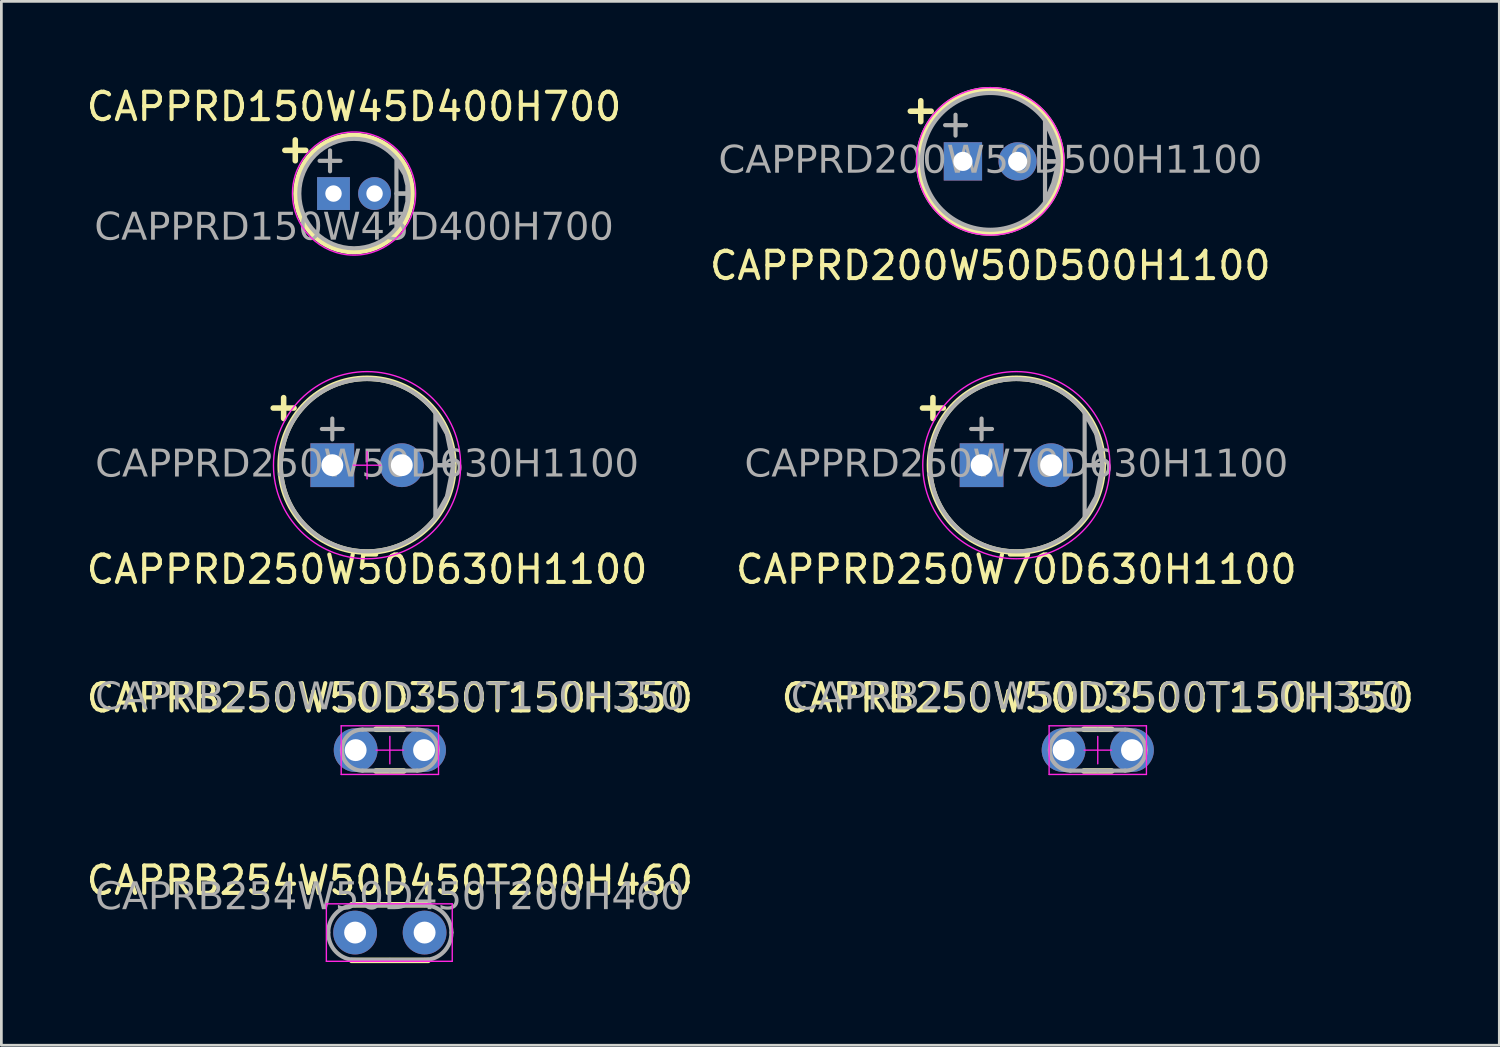
<source format=kicad_pcb>
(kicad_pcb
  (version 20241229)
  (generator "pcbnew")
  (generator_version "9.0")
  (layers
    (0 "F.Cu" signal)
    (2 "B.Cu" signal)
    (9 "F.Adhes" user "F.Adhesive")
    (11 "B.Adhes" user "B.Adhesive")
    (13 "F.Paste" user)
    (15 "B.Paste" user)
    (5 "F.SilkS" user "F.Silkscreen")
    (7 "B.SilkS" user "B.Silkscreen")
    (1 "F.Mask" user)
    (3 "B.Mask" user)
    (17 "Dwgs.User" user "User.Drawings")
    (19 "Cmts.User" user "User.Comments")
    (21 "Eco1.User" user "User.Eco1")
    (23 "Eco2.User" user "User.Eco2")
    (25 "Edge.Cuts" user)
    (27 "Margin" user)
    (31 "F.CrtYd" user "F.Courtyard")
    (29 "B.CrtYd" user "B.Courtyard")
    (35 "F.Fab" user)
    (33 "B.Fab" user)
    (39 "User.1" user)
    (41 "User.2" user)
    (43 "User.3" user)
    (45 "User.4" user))
  (footprint "CAPPRD150W45D400H700"
    (layer "F.Cu")
    (at 9.887 4.023)
    (property "Reference" "CAPPRD150W45D400H700" (at 0 -3.175 0) (layer "F.SilkS") (effects (font (size 1 1) (thickness 0.15))))
    (attr through_hole)
    (fp_circle (center 0 0) (end 2.12 0) (stroke (width 0.203) (type solid)) (fill no) (layer "F.SilkS"))
    (fp_circle (center 0 0) (end 2.25 0) (stroke (width 0.05) (type solid)) (fill no) (layer "F.CrtYd"))
    (fp_circle (center 0 0) (end 2 0) (stroke (width 0.152) (type solid)) (fill no) (layer "F.Fab"))
    (fp_poly (pts (xy 1.55 0) (xy 1.55 -1.2) (xy 1.85 -0.7) (xy 1.95 -0.3) (xy 1.95 0)) (stroke (width 0.152) (type solid)) (fill no) (layer "F.Fab"))
    (fp_poly (pts (xy 1.55 0) (xy 1.55 1.2) (xy 1.85 0.7) (xy 1.95 0.3) (xy 1.95 0)) (stroke (width 0.152) (type solid)) (fill no) (layer "F.Fab"))
    (fp_text user "+" (at -2.147 -1.651 0) (unlocked yes) (layer "F.SilkS") (effects (font (size 1 1) (thickness 0.203) (bold yes))))
    (fp_text user "+" (at -0.877 -1.27 0) (unlocked yes) (layer "F.Fab") (effects (font (size 1 1) (thickness 0.152))))
    (fp_text user "${REFERENCE}" (at 0 1.27 0) (layer "F.Fab") (effects (font (face "Tahoma") (size 1 1) (thickness 0.15))))
    (pad "1" thru_hole rect (at -0.75 0) (size 1.2 1.2) (drill 0.6) (layers "*.Cu" "*.Mask"))
    (pad "2" thru_hole circle (at 0.75 0) (size 1.2 1.2) (drill 0.6) (layers "*.Cu" "*.Mask")))
  (footprint "CAPRB254W50D450T200H460"
    (layer "F.Cu")
    (at 11.196 31.028)
    (property "Reference" "CAPRB254W50D450T200H460" (at 0 -1.905 0) (layer "F.SilkS") (effects (font (size 1 1) (thickness 0.15))))
    (attr through_hole)
    (fp_line (start -1.397 -1.016) (end 1.397 -1.016) (stroke (width 0.203) (type solid)) (layer "F.SilkS"))
    (fp_line (start -1.397 1.016) (end 1.397 1.016) (stroke (width 0.203) (type solid)) (layer "F.SilkS"))
    (fp_line (start -2.32 -1.05) (end -2.32 1.05) (stroke (width 0.05) (type solid)) (layer "F.CrtYd"))
    (fp_line (start -2.32 1.05) (end 2.28 1.05) (stroke (width 0.05) (type solid)) (layer "F.CrtYd"))
    (fp_line (start 2.28 -1.05) (end -2.32 -1.05) (stroke (width 0.05) (type solid)) (layer "F.CrtYd"))
    (fp_line (start 2.28 1.05) (end 2.28 -1.05) (stroke (width 0.05) (type solid)) (layer "F.CrtYd"))
    (fp_line (start -1.27 1) (end 0 1) (stroke (width 0.152) (type solid)) (layer "F.Fab"))
    (fp_line (start 0 -1) (end -1.27 -1) (stroke (width 0.152) (type solid)) (layer "F.Fab"))
    (fp_line (start 0 1) (end 1.27 1) (stroke (width 0.152) (type solid)) (layer "F.Fab"))
    (fp_line (start 1.27 -1) (end 0 -1) (stroke (width 0.152) (type solid)) (layer "F.Fab"))
    (fp_arc (start -2.25 0) (mid -1.967107 -0.702965) (end -1.27 -1) (stroke (width 0.1524) (type default)) (layer "F.Fab"))
    (fp_arc (start -1.27 1) (mid -1.967107 0.702965) (end -2.25 0) (stroke (width 0.1524) (type default)) (layer "F.Fab"))
    (fp_arc (start 1.27 -1) (mid 1.967107 -0.702965) (end 2.25 0) (stroke (width 0.1524) (type default)) (layer "F.Fab"))
    (fp_arc (start 2.25 0) (mid 1.967107 0.702965) (end 1.27 1) (stroke (width 0.1524) (type default)) (layer "F.Fab"))
    (fp_text user "${REFERENCE}" (at 0 -1.27 0) (layer "F.Fab") (effects (font (face "Tahoma") (size 1 1) (thickness 0.15))))
    (pad "1" thru_hole circle (at -1.27 0) (size 1.6 1.6) (drill 0.8) (layers "*.Cu" "*.Mask"))
    (pad "2" thru_hole circle (at 1.27 0) (size 1.6 1.6) (drill 0.8) (layers "*.Cu" "*.Mask")))
  (footprint "CAPPRD200W50D500H1100"
    (layer "F.Cu")
    (at 33.137 2.847)
    (property "Reference" "CAPPRD200W50D500H1100" (at 0 3.81 0) (layer "F.SilkS") (effects (font (size 1 1) (thickness 0.15))))
    (attr through_hole)
    (fp_circle (center 0 0) (end 2.54 -0.635) (stroke (width 0.203) (type default)) (fill no) (layer "F.SilkS"))
    (fp_circle (center 0 0) (end 1.905 -1.905) (stroke (width 0.05) (type default)) (fill no) (layer "F.CrtYd"))
    (fp_circle (center 0 0) (end 2.5 0) (stroke (width 0.152) (type solid)) (fill no) (layer "F.Fab"))
    (fp_poly (pts (xy 2 0) (xy 2 -1.5) (xy 2.3 -0.8) (xy 2.5 0)) (stroke (width 0.152) (type solid)) (fill no) (layer "F.Fab"))
    (fp_poly (pts (xy 2 0) (xy 2 1.5) (xy 2.3 0.8) (xy 2.5 0)) (stroke (width 0.152) (type solid)) (fill no) (layer "F.Fab"))
    (fp_text user "+" (at -2.54 -1.905 0) (unlocked yes) (layer "F.SilkS") (effects (font (size 1 1) (thickness 0.203) (bold yes))))
    (fp_text user "+" (at -1.27 -1.397 0) (unlocked yes) (layer "F.Fab") (effects (font (size 1 1) (thickness 0.152))))
    (fp_text user "${REFERENCE}" (at 0 0 0) (layer "F.Fab") (effects (font (face "Tahoma") (size 1 1) (thickness 0.15))))
    (pad "1" thru_hole rect (at -1 0) (size 1.4 1.4) (drill 0.7) (layers "*.Cu" "*.Mask"))
    (pad "2" thru_hole circle (at 1 0) (size 1.4 1.4) (drill 0.7) (layers "*.Cu" "*.Mask")))
  (footprint "CAPRB250W50D3500T150H350"
    (layer "F.Cu")
    (at 37.065 24.361)
    (property "Reference" "CAPRB250W50D3500T150H350" (at 0 -1.905 0) (layer "F.SilkS") (effects (font (size 1 1) (thickness 0.15))))
    (attr through_hole)
    (fp_line (start -0.508 -0.762) (end 0.508 -0.762) (stroke (width 0.203) (type solid)) (layer "F.SilkS"))
    (fp_line (start -0.508 0.762) (end 0.508 0.762) (stroke (width 0.203) (type solid)) (layer "F.SilkS"))
    (fp_line (start -1.778 -0.889) (end -1.778 0.889) (stroke (width 0.05) (type solid)) (layer "F.CrtYd"))
    (fp_line (start -1.778 0.889) (end 1.778 0.889) (stroke (width 0.05) (type solid)) (layer "F.CrtYd"))
    (fp_line (start -0.5 0) (end 0.5 0) (stroke (width 0.05) (type default)) (layer "F.CrtYd"))
    (fp_line (start 0 0.5) (end 0 -0.5) (stroke (width 0.05) (type default)) (layer "F.CrtYd"))
    (fp_line (start 1.778 -0.889) (end -1.778 -0.889) (stroke (width 0.05) (type solid)) (layer "F.CrtYd"))
    (fp_line (start 1.778 0.889) (end 1.778 -0.889) (stroke (width 0.05) (type solid)) (layer "F.CrtYd"))
    (fp_line (start 0 -0.75) (end -1 -0.75) (stroke (width 0.152) (type solid)) (layer "F.Fab"))
    (fp_line (start 0 -0.75) (end 1 -0.75) (stroke (width 0.152) (type solid)) (layer "F.Fab"))
    (fp_line (start 0 0.75) (end -1 0.75) (stroke (width 0.152) (type solid)) (layer "F.Fab"))
    (fp_line (start 0 0.75) (end 1 0.75) (stroke (width 0.152) (type solid)) (layer "F.Fab"))
    (fp_arc (start -1.75 0) (mid -1.53033 -0.53033) (end -1 -0.75) (stroke (width 0.1524) (type default)) (layer "F.Fab"))
    (fp_arc (start -1 0.75) (mid -1.53033 0.53033) (end -1.75 0) (stroke (width 0.1524) (type default)) (layer "F.Fab"))
    (fp_arc (start 1 -0.75) (mid 1.53033 -0.53033) (end 1.75 0) (stroke (width 0.1524) (type default)) (layer "F.Fab"))
    (fp_arc (start 1.75 0) (mid 1.53033 0.53033) (end 1 0.75) (stroke (width 0.1524) (type default)) (layer "F.Fab"))
    (fp_text user "${REFERENCE}" (at 0 -1.905 0) (layer "F.Fab") (effects (font (face "Tahoma") (size 1 1) (thickness 0.09))))
    (pad "1" thru_hole circle (at -1.25 0) (size 1.6 1.6) (drill 0.8) (layers "*.Cu" "*.Mask"))
    (pad "2" thru_hole circle (at 1.25 0) (size 1.6 1.6) (drill 0.8) (layers "*.Cu" "*.Mask")))
  (footprint "CAPPRD250W70D630H1100"
    (layer "F.Cu")
    (at 34.089 13.949)
    (property "Reference" "CAPPRD250W70D630H1100" (at 0 3.81 0) (layer "F.SilkS") (effects (font (size 1 1) (thickness 0.15))))
    (attr through_hole)
    (fp_circle (center 0 0) (end 3.175 0) (stroke (width 0.203) (type default)) (fill no) (layer "F.SilkS"))
    (fp_circle (center 0 0) (end 3.175 -1.27) (stroke (width 0.05) (type default)) (fill no) (layer "F.CrtYd"))
    (fp_circle (center 0 0) (end 3.15 0) (stroke (width 0.152) (type solid)) (fill no) (layer "F.Fab"))
    (fp_poly (pts (xy 2.496 0) (xy 2.496 -1.905) (xy 2.921 -1.143) (xy 3.15 0)) (stroke (width 0.152) (type solid)) (fill no) (layer "F.Fab"))
    (fp_poly (pts (xy 2.496 0) (xy 2.496 1.905) (xy 2.921 1.143) (xy 3.15 0)) (stroke (width 0.152) (type solid)) (fill no) (layer "F.Fab"))
    (fp_text user "+" (at -3.048 -2.159 0) (unlocked yes) (layer "F.SilkS") (effects (font (size 1 1) (thickness 0.203) (bold yes))))
    (fp_text user "${REFERENCE}" (at 0 0 0) (layer "F.Fab") (effects (font (face "Tahoma") (size 1 1) (thickness 0.15))))
    (fp_text user "+" (at -1.27 -1.397 0) (unlocked yes) (layer "F.Fab") (effects (font (size 1 1) (thickness 0.152))))
    (pad "1" thru_hole rect (at -1.27 0) (size 1.6 1.6) (drill 0.8) (layers "*.Cu" "*.Mask"))
    (pad "2" thru_hole circle (at 1.27 0) (size 1.6 1.6) (drill 0.8) (layers "*.Cu" "*.Mask")))
  (footprint "CAPRB250W50D350T150H350"
    (layer "F.Cu")
    (at 11.196 24.361)
    (property "Reference" "CAPRB250W50D350T150H350" (at 0 -1.905 0) (layer "F.SilkS") (effects (font (size 1 1) (thickness 0.15))))
    (attr through_hole)
    (fp_line (start -0.508 -0.762) (end 0.508 -0.762) (stroke (width 0.203) (type solid)) (layer "F.SilkS"))
    (fp_line (start -0.508 0.762) (end 0.508 0.762) (stroke (width 0.203) (type solid)) (layer "F.SilkS"))
    (fp_line (start -1.778 -0.889) (end -1.778 0.889) (stroke (width 0.05) (type solid)) (layer "F.CrtYd"))
    (fp_line (start -1.778 0.889) (end 1.778 0.889) (stroke (width 0.05) (type solid)) (layer "F.CrtYd"))
    (fp_line (start -0.5 0) (end 0.5 0) (stroke (width 0.05) (type default)) (layer "F.CrtYd"))
    (fp_line (start 0 0.5) (end 0 -0.5) (stroke (width 0.05) (type default)) (layer "F.CrtYd"))
    (fp_line (start 1.778 -0.889) (end -1.778 -0.889) (stroke (width 0.05) (type solid)) (layer "F.CrtYd"))
    (fp_line (start 1.778 0.889) (end 1.778 -0.889) (stroke (width 0.05) (type solid)) (layer "F.CrtYd"))
    (fp_line (start 0 -0.75) (end -1 -0.75) (stroke (width 0.152) (type solid)) (layer "F.Fab"))
    (fp_line (start 0 -0.75) (end 1 -0.75) (stroke (width 0.152) (type solid)) (layer "F.Fab"))
    (fp_line (start 0 0.75) (end -1 0.75) (stroke (width 0.152) (type solid)) (layer "F.Fab"))
    (fp_line (start 0 0.75) (end 1 0.75) (stroke (width 0.152) (type solid)) (layer "F.Fab"))
    (fp_arc (start -1.75 0) (mid -1.53033 -0.53033) (end -1 -0.75) (stroke (width 0.1524) (type default)) (layer "F.Fab"))
    (fp_arc (start -1 0.75) (mid -1.53033 0.53033) (end -1.75 0) (stroke (width 0.1524) (type default)) (layer "F.Fab"))
    (fp_arc (start 1 -0.75) (mid 1.53033 -0.53033) (end 1.75 0) (stroke (width 0.1524) (type default)) (layer "F.Fab"))
    (fp_arc (start 1.75 0) (mid 1.53033 0.53033) (end 1 0.75) (stroke (width 0.1524) (type default)) (layer "F.Fab"))
    (fp_text user "${REFERENCE}" (at 0 -1.905 0) (layer "F.Fab") (effects (font (face "Tahoma") (size 1 1) (thickness 0.09))))
    (pad "1" thru_hole circle (at -1.25 0) (size 1.6 1.6) (drill 0.8) (layers "*.Cu" "*.Mask"))
    (pad "2" thru_hole circle (at 1.25 0) (size 1.6 1.6) (drill 0.8) (layers "*.Cu" "*.Mask")))
  (footprint "CAPPRD250W50D630H1100"
    (layer "F.Cu")
    (at 10.363 13.949)
    (property "Reference" "CAPPRD250W50D630H1100" (at 0 3.81 0) (layer "F.SilkS") (effects (font (size 1 1) (thickness 0.15))))
    (attr through_hole)
    (fp_circle (center 0 0) (end 3.175 0) (stroke (width 0.203) (type default)) (fill no) (layer "F.SilkS"))
    (fp_line (start -0.5 0) (end 0.5 0) (stroke (width 0.05) (type default)) (layer "F.CrtYd"))
    (fp_line (start 0 0.5) (end 0 -0.5) (stroke (width 0.05) (type default)) (layer "F.CrtYd"))
    (fp_circle (center 0 0) (end 3.175 -1.27) (stroke (width 0.05) (type default)) (fill no) (layer "F.CrtYd"))
    (fp_circle (center 0 0) (end 3.15 0) (stroke (width 0.152) (type solid)) (fill no) (layer "F.Fab"))
    (fp_poly (pts (xy 2.496 0) (xy 2.496 -1.905) (xy 2.921 -1.143) (xy 3.15 0)) (stroke (width 0.152) (type solid)) (fill no) (layer "F.Fab"))
    (fp_poly (pts (xy 2.496 0) (xy 2.496 1.905) (xy 2.921 1.143) (xy 3.15 0)) (stroke (width 0.152) (type solid)) (fill no) (layer "F.Fab"))
    (fp_text user "+" (at -3.048 -2.159 0) (unlocked yes) (layer "F.SilkS") (effects (font (size 1 1) (thickness 0.203) (bold yes))))
    (fp_text user "${REFERENCE}" (at 0 0 0) (layer "F.Fab") (effects (font (face "Tahoma") (size 1 1) (thickness 0.15))))
    (fp_text user "+" (at -1.27 -1.397 0) (unlocked yes) (layer "F.Fab") (effects (font (size 1 1) (thickness 0.152))))
    (pad "1" thru_hole rect (at -1.27 0) (size 1.6 1.6) (drill 0.8) (layers "*.Cu" "*.Mask"))
    (pad "2" thru_hole circle (at 1.27 0) (size 1.6 1.6) (drill 0.8) (layers "*.Cu" "*.Mask")))
  (gr_rect
    (start -3 -3)
    (end 51.738 35.146)
    (stroke (width 0.1) (type default))
    (fill no)
    (layer "Edge.Cuts")))
</source>
